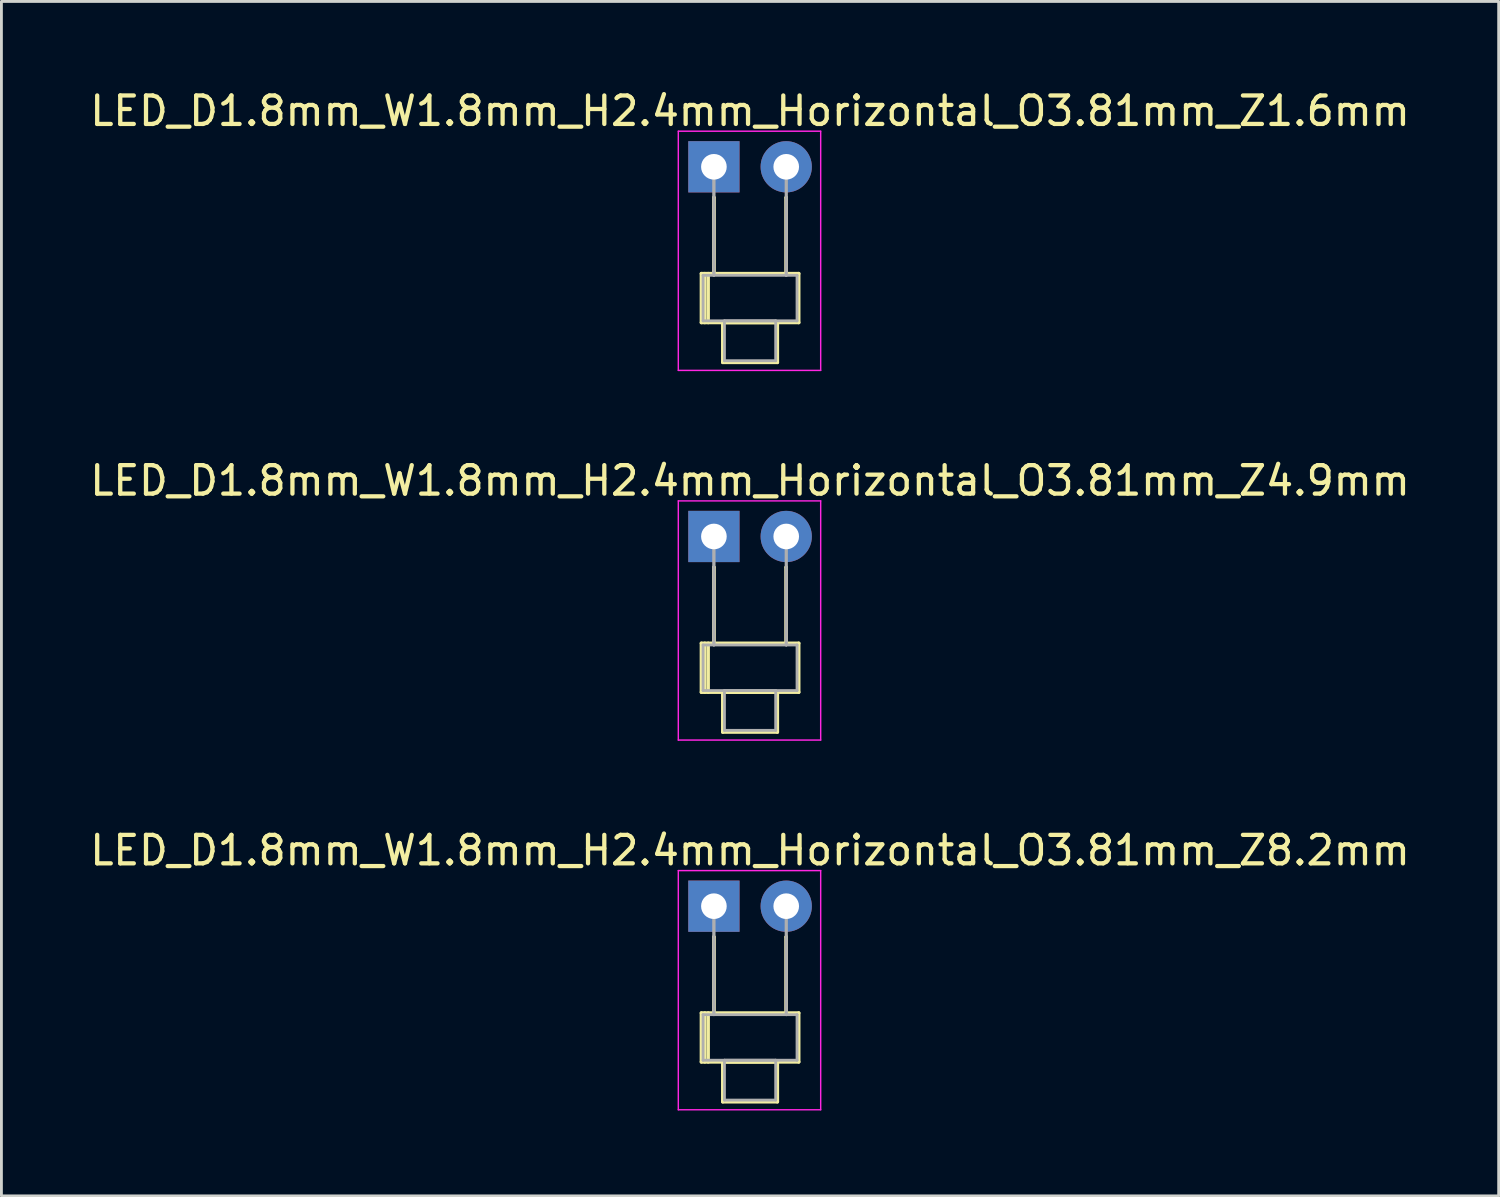
<source format=kicad_pcb>
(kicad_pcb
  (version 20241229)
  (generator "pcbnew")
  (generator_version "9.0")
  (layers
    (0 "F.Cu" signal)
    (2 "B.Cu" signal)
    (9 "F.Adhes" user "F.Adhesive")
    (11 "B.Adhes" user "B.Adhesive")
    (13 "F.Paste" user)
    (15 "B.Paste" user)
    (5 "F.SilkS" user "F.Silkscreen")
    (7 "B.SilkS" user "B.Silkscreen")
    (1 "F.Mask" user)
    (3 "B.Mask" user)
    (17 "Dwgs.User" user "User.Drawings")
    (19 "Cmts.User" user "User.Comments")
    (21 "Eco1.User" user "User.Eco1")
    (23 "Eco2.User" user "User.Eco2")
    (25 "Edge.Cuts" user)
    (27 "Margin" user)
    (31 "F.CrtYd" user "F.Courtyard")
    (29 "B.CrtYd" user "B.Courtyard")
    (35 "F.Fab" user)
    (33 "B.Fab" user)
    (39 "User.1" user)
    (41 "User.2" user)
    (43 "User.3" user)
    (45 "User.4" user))
  (footprint "LED_D1.8mm_W1.8mm_H2.4mm_Horizontal_O3.81mm_Z8.2mm"
    (layer "F.Cu")
    (at 22.022 28.775)
    (property "Reference" "LED_D1.8mm_W1.8mm_H2.4mm_Horizontal_O3.81mm_Z8.2mm" (at 1.27 -1.96 0) (layer "F.SilkS") (effects (font (size 1 1) (thickness 0.15))))
    (attr through_hole)
    (fp_line (start -0.44 3.75) (end -0.44 5.47) (stroke (width 0.12) (type solid)) (layer "F.SilkS"))
    (fp_line (start -0.44 5.47) (end 2.98 5.47) (stroke (width 0.12) (type solid)) (layer "F.SilkS"))
    (fp_line (start -0.32 3.75) (end -0.32 5.47) (stroke (width 0.12) (type solid)) (layer "F.SilkS"))
    (fp_line (start -0.2 3.75) (end -0.2 5.47) (stroke (width 0.12) (type solid)) (layer "F.SilkS"))
    (fp_line (start 0 1.08) (end 0 1.08) (stroke (width 0.12) (type solid)) (layer "F.SilkS"))
    (fp_line (start 0 1.08) (end 0 3.75) (stroke (width 0.12) (type solid)) (layer "F.SilkS"))
    (fp_line (start 0 3.75) (end 0 1.08) (stroke (width 0.12) (type solid)) (layer "F.SilkS"))
    (fp_line (start 0 3.75) (end 0 3.75) (stroke (width 0.12) (type solid)) (layer "F.SilkS"))
    (fp_line (start 0.31 5.47) (end 0.31 6.87) (stroke (width 0.12) (type solid)) (layer "F.SilkS"))
    (fp_line (start 0.31 6.87) (end 2.23 6.87) (stroke (width 0.12) (type solid)) (layer "F.SilkS"))
    (fp_line (start 2.23 5.47) (end 0.31 5.47) (stroke (width 0.12) (type solid)) (layer "F.SilkS"))
    (fp_line (start 2.23 6.87) (end 2.23 5.47) (stroke (width 0.12) (type solid)) (layer "F.SilkS"))
    (fp_line (start 2.54 1.08) (end 2.54 1.08) (stroke (width 0.12) (type solid)) (layer "F.SilkS"))
    (fp_line (start 2.54 1.08) (end 2.54 3.75) (stroke (width 0.12) (type solid)) (layer "F.SilkS"))
    (fp_line (start 2.54 3.75) (end 2.54 1.08) (stroke (width 0.12) (type solid)) (layer "F.SilkS"))
    (fp_line (start 2.54 3.75) (end 2.54 3.75) (stroke (width 0.12) (type solid)) (layer "F.SilkS"))
    (fp_line (start 2.98 3.75) (end -0.44 3.75) (stroke (width 0.12) (type solid)) (layer "F.SilkS"))
    (fp_line (start 2.98 5.47) (end 2.98 3.75) (stroke (width 0.12) (type solid)) (layer "F.SilkS"))
    (fp_line (start -1.25 -1.25) (end -1.25 7.15) (stroke (width 0.05) (type solid)) (layer "F.CrtYd"))
    (fp_line (start -1.25 7.15) (end 3.75 7.15) (stroke (width 0.05) (type solid)) (layer "F.CrtYd"))
    (fp_line (start 3.75 -1.25) (end -1.25 -1.25) (stroke (width 0.05) (type solid)) (layer "F.CrtYd"))
    (fp_line (start 3.75 7.15) (end 3.75 -1.25) (stroke (width 0.05) (type solid)) (layer "F.CrtYd"))
    (fp_line (start -0.38 3.81) (end -0.38 5.41) (stroke (width 0.1) (type solid)) (layer "F.Fab"))
    (fp_line (start -0.38 5.41) (end 2.92 5.41) (stroke (width 0.1) (type solid)) (layer "F.Fab"))
    (fp_line (start 0 0) (end 0 0) (stroke (width 0.1) (type solid)) (layer "F.Fab"))
    (fp_line (start 0 0) (end 0 3.81) (stroke (width 0.1) (type solid)) (layer "F.Fab"))
    (fp_line (start 0 3.81) (end 0 0) (stroke (width 0.1) (type solid)) (layer "F.Fab"))
    (fp_line (start 0 3.81) (end 0 3.81) (stroke (width 0.1) (type solid)) (layer "F.Fab"))
    (fp_line (start 0.37 5.41) (end 0.37 6.81) (stroke (width 0.1) (type solid)) (layer "F.Fab"))
    (fp_line (start 0.37 6.81) (end 2.17 6.81) (stroke (width 0.1) (type solid)) (layer "F.Fab"))
    (fp_line (start 2.17 5.41) (end 0.37 5.41) (stroke (width 0.1) (type solid)) (layer "F.Fab"))
    (fp_line (start 2.17 6.81) (end 2.17 5.41) (stroke (width 0.1) (type solid)) (layer "F.Fab"))
    (fp_line (start 2.54 0) (end 2.54 0) (stroke (width 0.1) (type solid)) (layer "F.Fab"))
    (fp_line (start 2.54 0) (end 2.54 3.81) (stroke (width 0.1) (type solid)) (layer "F.Fab"))
    (fp_line (start 2.54 3.81) (end 2.54 0) (stroke (width 0.1) (type solid)) (layer "F.Fab"))
    (fp_line (start 2.54 3.81) (end 2.54 3.81) (stroke (width 0.1) (type solid)) (layer "F.Fab"))
    (fp_line (start 2.92 3.81) (end -0.38 3.81) (stroke (width 0.1) (type solid)) (layer "F.Fab"))
    (fp_line (start 2.92 5.41) (end 2.92 3.81) (stroke (width 0.1) (type solid)) (layer "F.Fab"))
    (pad "1" thru_hole rect (at 0 0) (size 1.8 1.8) (drill 0.9) (layers "*.Cu" "*.Mask"))
    (pad "2" thru_hole circle (at 2.54 0) (size 1.8 1.8) (drill 0.9) (layers "*.Cu" "*.Mask")))
  (footprint "LED_D1.8mm_W1.8mm_H2.4mm_Horizontal_O3.81mm_Z1.6mm"
    (layer "F.Cu")
    (at 22.022 2.808)
    (property "Reference" "LED_D1.8mm_W1.8mm_H2.4mm_Horizontal_O3.81mm_Z1.6mm" (at 1.27 -1.96 0) (layer "F.SilkS") (effects (font (size 1 1) (thickness 0.15))))
    (attr through_hole)
    (fp_line (start -0.44 3.75) (end -0.44 5.47) (stroke (width 0.12) (type solid)) (layer "F.SilkS"))
    (fp_line (start -0.44 5.47) (end 2.98 5.47) (stroke (width 0.12) (type solid)) (layer "F.SilkS"))
    (fp_line (start -0.32 3.75) (end -0.32 5.47) (stroke (width 0.12) (type solid)) (layer "F.SilkS"))
    (fp_line (start -0.2 3.75) (end -0.2 5.47) (stroke (width 0.12) (type solid)) (layer "F.SilkS"))
    (fp_line (start 0 1.08) (end 0 1.08) (stroke (width 0.12) (type solid)) (layer "F.SilkS"))
    (fp_line (start 0 1.08) (end 0 3.75) (stroke (width 0.12) (type solid)) (layer "F.SilkS"))
    (fp_line (start 0 3.75) (end 0 1.08) (stroke (width 0.12) (type solid)) (layer "F.SilkS"))
    (fp_line (start 0 3.75) (end 0 3.75) (stroke (width 0.12) (type solid)) (layer "F.SilkS"))
    (fp_line (start 0.31 5.47) (end 0.31 6.87) (stroke (width 0.12) (type solid)) (layer "F.SilkS"))
    (fp_line (start 0.31 6.87) (end 2.23 6.87) (stroke (width 0.12) (type solid)) (layer "F.SilkS"))
    (fp_line (start 2.23 5.47) (end 0.31 5.47) (stroke (width 0.12) (type solid)) (layer "F.SilkS"))
    (fp_line (start 2.23 6.87) (end 2.23 5.47) (stroke (width 0.12) (type solid)) (layer "F.SilkS"))
    (fp_line (start 2.54 1.08) (end 2.54 1.08) (stroke (width 0.12) (type solid)) (layer "F.SilkS"))
    (fp_line (start 2.54 1.08) (end 2.54 3.75) (stroke (width 0.12) (type solid)) (layer "F.SilkS"))
    (fp_line (start 2.54 3.75) (end 2.54 1.08) (stroke (width 0.12) (type solid)) (layer "F.SilkS"))
    (fp_line (start 2.54 3.75) (end 2.54 3.75) (stroke (width 0.12) (type solid)) (layer "F.SilkS"))
    (fp_line (start 2.98 3.75) (end -0.44 3.75) (stroke (width 0.12) (type solid)) (layer "F.SilkS"))
    (fp_line (start 2.98 5.47) (end 2.98 3.75) (stroke (width 0.12) (type solid)) (layer "F.SilkS"))
    (fp_line (start -1.25 -1.25) (end -1.25 7.15) (stroke (width 0.05) (type solid)) (layer "F.CrtYd"))
    (fp_line (start -1.25 7.15) (end 3.75 7.15) (stroke (width 0.05) (type solid)) (layer "F.CrtYd"))
    (fp_line (start 3.75 -1.25) (end -1.25 -1.25) (stroke (width 0.05) (type solid)) (layer "F.CrtYd"))
    (fp_line (start 3.75 7.15) (end 3.75 -1.25) (stroke (width 0.05) (type solid)) (layer "F.CrtYd"))
    (fp_line (start -0.38 3.81) (end -0.38 5.41) (stroke (width 0.1) (type solid)) (layer "F.Fab"))
    (fp_line (start -0.38 5.41) (end 2.92 5.41) (stroke (width 0.1) (type solid)) (layer "F.Fab"))
    (fp_line (start 0 0) (end 0 0) (stroke (width 0.1) (type solid)) (layer "F.Fab"))
    (fp_line (start 0 0) (end 0 3.81) (stroke (width 0.1) (type solid)) (layer "F.Fab"))
    (fp_line (start 0 3.81) (end 0 0) (stroke (width 0.1) (type solid)) (layer "F.Fab"))
    (fp_line (start 0 3.81) (end 0 3.81) (stroke (width 0.1) (type solid)) (layer "F.Fab"))
    (fp_line (start 0.37 5.41) (end 0.37 6.81) (stroke (width 0.1) (type solid)) (layer "F.Fab"))
    (fp_line (start 0.37 6.81) (end 2.17 6.81) (stroke (width 0.1) (type solid)) (layer "F.Fab"))
    (fp_line (start 2.17 5.41) (end 0.37 5.41) (stroke (width 0.1) (type solid)) (layer "F.Fab"))
    (fp_line (start 2.17 6.81) (end 2.17 5.41) (stroke (width 0.1) (type solid)) (layer "F.Fab"))
    (fp_line (start 2.54 0) (end 2.54 0) (stroke (width 0.1) (type solid)) (layer "F.Fab"))
    (fp_line (start 2.54 0) (end 2.54 3.81) (stroke (width 0.1) (type solid)) (layer "F.Fab"))
    (fp_line (start 2.54 3.81) (end 2.54 0) (stroke (width 0.1) (type solid)) (layer "F.Fab"))
    (fp_line (start 2.54 3.81) (end 2.54 3.81) (stroke (width 0.1) (type solid)) (layer "F.Fab"))
    (fp_line (start 2.92 3.81) (end -0.38 3.81) (stroke (width 0.1) (type solid)) (layer "F.Fab"))
    (fp_line (start 2.92 5.41) (end 2.92 3.81) (stroke (width 0.1) (type solid)) (layer "F.Fab"))
    (pad "1" thru_hole rect (at 0 0) (size 1.8 1.8) (drill 0.9) (layers "*.Cu" "*.Mask"))
    (pad "2" thru_hole circle (at 2.54 0) (size 1.8 1.8) (drill 0.9) (layers "*.Cu" "*.Mask")))
  (footprint "LED_D1.8mm_W1.8mm_H2.4mm_Horizontal_O3.81mm_Z4.9mm"
    (layer "F.Cu")
    (at 22.022 15.791)
    (property "Reference" "LED_D1.8mm_W1.8mm_H2.4mm_Horizontal_O3.81mm_Z4.9mm" (at 1.27 -1.96 0) (layer "F.SilkS") (effects (font (size 1 1) (thickness 0.15))))
    (attr through_hole)
    (fp_line (start -0.44 3.75) (end -0.44 5.47) (stroke (width 0.12) (type solid)) (layer "F.SilkS"))
    (fp_line (start -0.44 5.47) (end 2.98 5.47) (stroke (width 0.12) (type solid)) (layer "F.SilkS"))
    (fp_line (start -0.32 3.75) (end -0.32 5.47) (stroke (width 0.12) (type solid)) (layer "F.SilkS"))
    (fp_line (start -0.2 3.75) (end -0.2 5.47) (stroke (width 0.12) (type solid)) (layer "F.SilkS"))
    (fp_line (start 0 1.08) (end 0 1.08) (stroke (width 0.12) (type solid)) (layer "F.SilkS"))
    (fp_line (start 0 1.08) (end 0 3.75) (stroke (width 0.12) (type solid)) (layer "F.SilkS"))
    (fp_line (start 0 3.75) (end 0 1.08) (stroke (width 0.12) (type solid)) (layer "F.SilkS"))
    (fp_line (start 0 3.75) (end 0 3.75) (stroke (width 0.12) (type solid)) (layer "F.SilkS"))
    (fp_line (start 0.31 5.47) (end 0.31 6.87) (stroke (width 0.12) (type solid)) (layer "F.SilkS"))
    (fp_line (start 0.31 6.87) (end 2.23 6.87) (stroke (width 0.12) (type solid)) (layer "F.SilkS"))
    (fp_line (start 2.23 5.47) (end 0.31 5.47) (stroke (width 0.12) (type solid)) (layer "F.SilkS"))
    (fp_line (start 2.23 6.87) (end 2.23 5.47) (stroke (width 0.12) (type solid)) (layer "F.SilkS"))
    (fp_line (start 2.54 1.08) (end 2.54 1.08) (stroke (width 0.12) (type solid)) (layer "F.SilkS"))
    (fp_line (start 2.54 1.08) (end 2.54 3.75) (stroke (width 0.12) (type solid)) (layer "F.SilkS"))
    (fp_line (start 2.54 3.75) (end 2.54 1.08) (stroke (width 0.12) (type solid)) (layer "F.SilkS"))
    (fp_line (start 2.54 3.75) (end 2.54 3.75) (stroke (width 0.12) (type solid)) (layer "F.SilkS"))
    (fp_line (start 2.98 3.75) (end -0.44 3.75) (stroke (width 0.12) (type solid)) (layer "F.SilkS"))
    (fp_line (start 2.98 5.47) (end 2.98 3.75) (stroke (width 0.12) (type solid)) (layer "F.SilkS"))
    (fp_line (start -1.25 -1.25) (end -1.25 7.15) (stroke (width 0.05) (type solid)) (layer "F.CrtYd"))
    (fp_line (start -1.25 7.15) (end 3.75 7.15) (stroke (width 0.05) (type solid)) (layer "F.CrtYd"))
    (fp_line (start 3.75 -1.25) (end -1.25 -1.25) (stroke (width 0.05) (type solid)) (layer "F.CrtYd"))
    (fp_line (start 3.75 7.15) (end 3.75 -1.25) (stroke (width 0.05) (type solid)) (layer "F.CrtYd"))
    (fp_line (start -0.38 3.81) (end -0.38 5.41) (stroke (width 0.1) (type solid)) (layer "F.Fab"))
    (fp_line (start -0.38 5.41) (end 2.92 5.41) (stroke (width 0.1) (type solid)) (layer "F.Fab"))
    (fp_line (start 0 0) (end 0 0) (stroke (width 0.1) (type solid)) (layer "F.Fab"))
    (fp_line (start 0 0) (end 0 3.81) (stroke (width 0.1) (type solid)) (layer "F.Fab"))
    (fp_line (start 0 3.81) (end 0 0) (stroke (width 0.1) (type solid)) (layer "F.Fab"))
    (fp_line (start 0 3.81) (end 0 3.81) (stroke (width 0.1) (type solid)) (layer "F.Fab"))
    (fp_line (start 0.37 5.41) (end 0.37 6.81) (stroke (width 0.1) (type solid)) (layer "F.Fab"))
    (fp_line (start 0.37 6.81) (end 2.17 6.81) (stroke (width 0.1) (type solid)) (layer "F.Fab"))
    (fp_line (start 2.17 5.41) (end 0.37 5.41) (stroke (width 0.1) (type solid)) (layer "F.Fab"))
    (fp_line (start 2.17 6.81) (end 2.17 5.41) (stroke (width 0.1) (type solid)) (layer "F.Fab"))
    (fp_line (start 2.54 0) (end 2.54 0) (stroke (width 0.1) (type solid)) (layer "F.Fab"))
    (fp_line (start 2.54 0) (end 2.54 3.81) (stroke (width 0.1) (type solid)) (layer "F.Fab"))
    (fp_line (start 2.54 3.81) (end 2.54 0) (stroke (width 0.1) (type solid)) (layer "F.Fab"))
    (fp_line (start 2.54 3.81) (end 2.54 3.81) (stroke (width 0.1) (type solid)) (layer "F.Fab"))
    (fp_line (start 2.92 3.81) (end -0.38 3.81) (stroke (width 0.1) (type solid)) (layer "F.Fab"))
    (fp_line (start 2.92 5.41) (end 2.92 3.81) (stroke (width 0.1) (type solid)) (layer "F.Fab"))
    (pad "1" thru_hole rect (at 0 0) (size 1.8 1.8) (drill 0.9) (layers "*.Cu" "*.Mask"))
    (pad "2" thru_hole circle (at 2.54 0) (size 1.8 1.8) (drill 0.9) (layers "*.Cu" "*.Mask")))
  (gr_rect
    (start -3 -3)
    (end 49.583 38.95)
    (stroke (width 0.1) (type default))
    (fill no)
    (layer "Edge.Cuts")))
</source>
